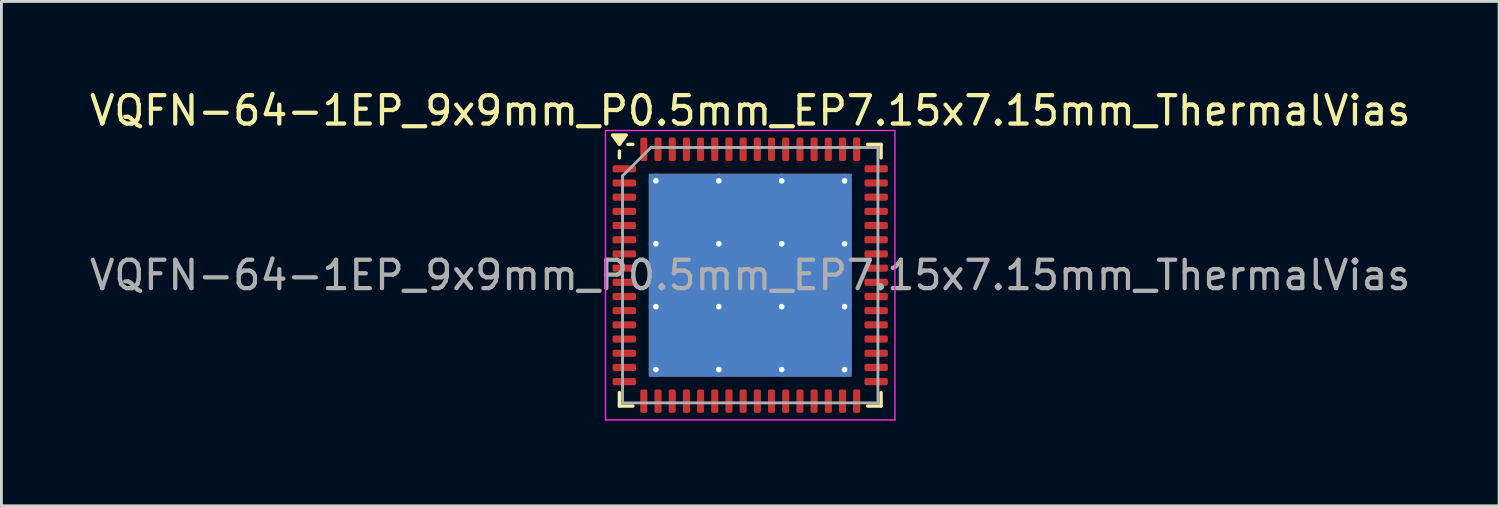
<source format=kicad_pcb>
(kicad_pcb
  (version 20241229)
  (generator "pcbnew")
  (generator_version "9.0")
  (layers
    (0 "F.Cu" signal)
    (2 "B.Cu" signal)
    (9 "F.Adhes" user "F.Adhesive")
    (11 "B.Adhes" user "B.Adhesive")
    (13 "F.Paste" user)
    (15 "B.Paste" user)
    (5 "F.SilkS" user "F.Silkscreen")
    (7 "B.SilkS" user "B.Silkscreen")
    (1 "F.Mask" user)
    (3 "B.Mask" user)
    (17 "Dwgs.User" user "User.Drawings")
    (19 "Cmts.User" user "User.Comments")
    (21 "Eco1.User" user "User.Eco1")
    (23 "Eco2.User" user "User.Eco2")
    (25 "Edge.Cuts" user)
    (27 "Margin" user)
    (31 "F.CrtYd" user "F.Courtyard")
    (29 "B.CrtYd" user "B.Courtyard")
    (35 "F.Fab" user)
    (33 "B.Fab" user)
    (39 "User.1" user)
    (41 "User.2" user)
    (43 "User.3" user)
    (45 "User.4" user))
  (footprint "VQFN-64-1EP_9x9mm_P0.5mm_EP7.15x7.15mm_ThermalVias"
    (layer "F.Cu")
    (at 23.387 6.648)
    (property "Reference" "VQFN-64-1EP_9x9mm_P0.5mm_EP7.15x7.15mm_ThermalVias" (at 0 -5.8 0) (layer "F.SilkS") (effects (font (size 1 1) (thickness 0.15))))
    (attr smd)
    (fp_line (start -4.61 -4.135) (end -4.61 -4.37) (stroke (width 0.12) (type solid)) (layer "F.SilkS"))
    (fp_line (start -4.61 4.61) (end -4.61 4.135) (stroke (width 0.12) (type solid)) (layer "F.SilkS"))
    (fp_line (start -4.135 -4.61) (end -4.31 -4.61) (stroke (width 0.12) (type solid)) (layer "F.SilkS"))
    (fp_line (start -4.135 4.61) (end -4.61 4.61) (stroke (width 0.12) (type solid)) (layer "F.SilkS"))
    (fp_line (start 4.135 -4.61) (end 4.61 -4.61) (stroke (width 0.12) (type solid)) (layer "F.SilkS"))
    (fp_line (start 4.135 4.61) (end 4.61 4.61) (stroke (width 0.12) (type solid)) (layer "F.SilkS"))
    (fp_line (start 4.61 -4.61) (end 4.61 -4.135) (stroke (width 0.12) (type solid)) (layer "F.SilkS"))
    (fp_line (start 4.61 4.61) (end 4.61 4.135) (stroke (width 0.12) (type solid)) (layer "F.SilkS"))
    (fp_poly (pts (xy -4.61 -4.61) (xy -4.85 -4.94) (xy -4.37 -4.94) (xy -4.61 -4.61)) (stroke (width 0.12) (type solid)) (fill yes) (layer "F.SilkS"))
    (fp_line (start -5.1 -5.1) (end -5.1 5.1) (stroke (width 0.05) (type solid)) (layer "F.CrtYd"))
    (fp_line (start -5.1 5.1) (end 5.1 5.1) (stroke (width 0.05) (type solid)) (layer "F.CrtYd"))
    (fp_line (start 5.1 -5.1) (end -5.1 -5.1) (stroke (width 0.05) (type solid)) (layer "F.CrtYd"))
    (fp_line (start 5.1 5.1) (end 5.1 -5.1) (stroke (width 0.05) (type solid)) (layer "F.CrtYd"))
    (fp_line (start -4.5 -3.5) (end -3.5 -4.5) (stroke (width 0.1) (type solid)) (layer "F.Fab"))
    (fp_line (start -4.5 4.5) (end -4.5 -3.5) (stroke (width 0.1) (type solid)) (layer "F.Fab"))
    (fp_line (start -3.5 -4.5) (end 4.5 -4.5) (stroke (width 0.1) (type solid)) (layer "F.Fab"))
    (fp_line (start 4.5 -4.5) (end 4.5 4.5) (stroke (width 0.1) (type solid)) (layer "F.Fab"))
    (fp_line (start 4.5 4.5) (end -4.5 4.5) (stroke (width 0.1) (type solid)) (layer "F.Fab"))
    (fp_text user "${REFERENCE}" (at 0 0 0) (layer "F.Fab") (effects (font (size 1 1) (thickness 0.15))))
    (pad "" smd roundrect (at -2.38 -2.38) (size 1.92 1.92) (layers "F.Paste") (roundrect_rratio 0.13))
    (pad "" smd roundrect (at -2.38 0) (size 1.92 1.92) (layers "F.Paste") (roundrect_rratio 0.13))
    (pad "" smd roundrect (at -2.38 2.38) (size 1.92 1.92) (layers "F.Paste") (roundrect_rratio 0.13))
    (pad "" smd roundrect (at 0 -2.38) (size 1.92 1.92) (layers "F.Paste") (roundrect_rratio 0.13))
    (pad "" smd roundrect (at 0 0) (size 1.92 1.92) (layers "F.Paste") (roundrect_rratio 0.13))
    (pad "" smd roundrect (at 0 2.38) (size 1.92 1.92) (layers "F.Paste") (roundrect_rratio 0.13))
    (pad "" smd roundrect (at 2.38 -2.38) (size 1.92 1.92) (layers "F.Paste") (roundrect_rratio 0.13))
    (pad "" smd roundrect (at 2.38 0) (size 1.92 1.92) (layers "F.Paste") (roundrect_rratio 0.13))
    (pad "" smd roundrect (at 2.38 2.38) (size 1.92 1.92) (layers "F.Paste") (roundrect_rratio 0.13))
    (pad "1" smd roundrect (at -4.438 -3.75) (size 0.825 0.25) (layers "F.Cu" "F.Mask" "F.Paste") (roundrect_rratio 0.25))
    (pad "2" smd roundrect (at -4.438 -3.25) (size 0.825 0.25) (layers "F.Cu" "F.Mask" "F.Paste") (roundrect_rratio 0.25))
    (pad "3" smd roundrect (at -4.438 -2.75) (size 0.825 0.25) (layers "F.Cu" "F.Mask" "F.Paste") (roundrect_rratio 0.25))
    (pad "4" smd roundrect (at -4.438 -2.25) (size 0.825 0.25) (layers "F.Cu" "F.Mask" "F.Paste") (roundrect_rratio 0.25))
    (pad "5" smd roundrect (at -4.438 -1.75) (size 0.825 0.25) (layers "F.Cu" "F.Mask" "F.Paste") (roundrect_rratio 0.25))
    (pad "6" smd roundrect (at -4.438 -1.25) (size 0.825 0.25) (layers "F.Cu" "F.Mask" "F.Paste") (roundrect_rratio 0.25))
    (pad "7" smd roundrect (at -4.438 -0.75) (size 0.825 0.25) (layers "F.Cu" "F.Mask" "F.Paste") (roundrect_rratio 0.25))
    (pad "8" smd roundrect (at -4.438 -0.25) (size 0.825 0.25) (layers "F.Cu" "F.Mask" "F.Paste") (roundrect_rratio 0.25))
    (pad "9" smd roundrect (at -4.438 0.25) (size 0.825 0.25) (layers "F.Cu" "F.Mask" "F.Paste") (roundrect_rratio 0.25))
    (pad "10" smd roundrect (at -4.438 0.75) (size 0.825 0.25) (layers "F.Cu" "F.Mask" "F.Paste") (roundrect_rratio 0.25))
    (pad "11" smd roundrect (at -4.438 1.25) (size 0.825 0.25) (layers "F.Cu" "F.Mask" "F.Paste") (roundrect_rratio 0.25))
    (pad "12" smd roundrect (at -4.438 1.75) (size 0.825 0.25) (layers "F.Cu" "F.Mask" "F.Paste") (roundrect_rratio 0.25))
    (pad "13" smd roundrect (at -4.438 2.25) (size 0.825 0.25) (layers "F.Cu" "F.Mask" "F.Paste") (roundrect_rratio 0.25))
    (pad "14" smd roundrect (at -4.438 2.75) (size 0.825 0.25) (layers "F.Cu" "F.Mask" "F.Paste") (roundrect_rratio 0.25))
    (pad "15" smd roundrect (at -4.438 3.25) (size 0.825 0.25) (layers "F.Cu" "F.Mask" "F.Paste") (roundrect_rratio 0.25))
    (pad "16" smd roundrect (at -4.438 3.75) (size 0.825 0.25) (layers "F.Cu" "F.Mask" "F.Paste") (roundrect_rratio 0.25))
    (pad "17" smd roundrect (at -3.75 4.438) (size 0.25 0.825) (layers "F.Cu" "F.Mask" "F.Paste") (roundrect_rratio 0.25))
    (pad "18" smd roundrect (at -3.25 4.438) (size 0.25 0.825) (layers "F.Cu" "F.Mask" "F.Paste") (roundrect_rratio 0.25))
    (pad "19" smd roundrect (at -2.75 4.438) (size 0.25 0.825) (layers "F.Cu" "F.Mask" "F.Paste") (roundrect_rratio 0.25))
    (pad "20" smd roundrect (at -2.25 4.438) (size 0.25 0.825) (layers "F.Cu" "F.Mask" "F.Paste") (roundrect_rratio 0.25))
    (pad "21" smd roundrect (at -1.75 4.438) (size 0.25 0.825) (layers "F.Cu" "F.Mask" "F.Paste") (roundrect_rratio 0.25))
    (pad "22" smd roundrect (at -1.25 4.438) (size 0.25 0.825) (layers "F.Cu" "F.Mask" "F.Paste") (roundrect_rratio 0.25))
    (pad "23" smd roundrect (at -0.75 4.438) (size 0.25 0.825) (layers "F.Cu" "F.Mask" "F.Paste") (roundrect_rratio 0.25))
    (pad "24" smd roundrect (at -0.25 4.438) (size 0.25 0.825) (layers "F.Cu" "F.Mask" "F.Paste") (roundrect_rratio 0.25))
    (pad "25" smd roundrect (at 0.25 4.438) (size 0.25 0.825) (layers "F.Cu" "F.Mask" "F.Paste") (roundrect_rratio 0.25))
    (pad "26" smd roundrect (at 0.75 4.438) (size 0.25 0.825) (layers "F.Cu" "F.Mask" "F.Paste") (roundrect_rratio 0.25))
    (pad "27" smd roundrect (at 1.25 4.438) (size 0.25 0.825) (layers "F.Cu" "F.Mask" "F.Paste") (roundrect_rratio 0.25))
    (pad "28" smd roundrect (at 1.75 4.438) (size 0.25 0.825) (layers "F.Cu" "F.Mask" "F.Paste") (roundrect_rratio 0.25))
    (pad "29" smd roundrect (at 2.25 4.438) (size 0.25 0.825) (layers "F.Cu" "F.Mask" "F.Paste") (roundrect_rratio 0.25))
    (pad "30" smd roundrect (at 2.75 4.438) (size 0.25 0.825) (layers "F.Cu" "F.Mask" "F.Paste") (roundrect_rratio 0.25))
    (pad "31" smd roundrect (at 3.25 4.438) (size 0.25 0.825) (layers "F.Cu" "F.Mask" "F.Paste") (roundrect_rratio 0.25))
    (pad "32" smd roundrect (at 3.75 4.438) (size 0.25 0.825) (layers "F.Cu" "F.Mask" "F.Paste") (roundrect_rratio 0.25))
    (pad "33" smd roundrect (at 4.438 3.75) (size 0.825 0.25) (layers "F.Cu" "F.Mask" "F.Paste") (roundrect_rratio 0.25))
    (pad "34" smd roundrect (at 4.438 3.25) (size 0.825 0.25) (layers "F.Cu" "F.Mask" "F.Paste") (roundrect_rratio 0.25))
    (pad "35" smd roundrect (at 4.438 2.75) (size 0.825 0.25) (layers "F.Cu" "F.Mask" "F.Paste") (roundrect_rratio 0.25))
    (pad "36" smd roundrect (at 4.438 2.25) (size 0.825 0.25) (layers "F.Cu" "F.Mask" "F.Paste") (roundrect_rratio 0.25))
    (pad "37" smd roundrect (at 4.438 1.75) (size 0.825 0.25) (layers "F.Cu" "F.Mask" "F.Paste") (roundrect_rratio 0.25))
    (pad "38" smd roundrect (at 4.438 1.25) (size 0.825 0.25) (layers "F.Cu" "F.Mask" "F.Paste") (roundrect_rratio 0.25))
    (pad "39" smd roundrect (at 4.438 0.75) (size 0.825 0.25) (layers "F.Cu" "F.Mask" "F.Paste") (roundrect_rratio 0.25))
    (pad "40" smd roundrect (at 4.438 0.25) (size 0.825 0.25) (layers "F.Cu" "F.Mask" "F.Paste") (roundrect_rratio 0.25))
    (pad "41" smd roundrect (at 4.438 -0.25) (size 0.825 0.25) (layers "F.Cu" "F.Mask" "F.Paste") (roundrect_rratio 0.25))
    (pad "42" smd roundrect (at 4.438 -0.75) (size 0.825 0.25) (layers "F.Cu" "F.Mask" "F.Paste") (roundrect_rratio 0.25))
    (pad "43" smd roundrect (at 4.438 -1.25) (size 0.825 0.25) (layers "F.Cu" "F.Mask" "F.Paste") (roundrect_rratio 0.25))
    (pad "44" smd roundrect (at 4.438 -1.75) (size 0.825 0.25) (layers "F.Cu" "F.Mask" "F.Paste") (roundrect_rratio 0.25))
    (pad "45" smd roundrect (at 4.438 -2.25) (size 0.825 0.25) (layers "F.Cu" "F.Mask" "F.Paste") (roundrect_rratio 0.25))
    (pad "46" smd roundrect (at 4.438 -2.75) (size 0.825 0.25) (layers "F.Cu" "F.Mask" "F.Paste") (roundrect_rratio 0.25))
    (pad "47" smd roundrect (at 4.438 -3.25) (size 0.825 0.25) (layers "F.Cu" "F.Mask" "F.Paste") (roundrect_rratio 0.25))
    (pad "48" smd roundrect (at 4.438 -3.75) (size 0.825 0.25) (layers "F.Cu" "F.Mask" "F.Paste") (roundrect_rratio 0.25))
    (pad "49" smd roundrect (at 3.75 -4.438) (size 0.25 0.825) (layers "F.Cu" "F.Mask" "F.Paste") (roundrect_rratio 0.25))
    (pad "50" smd roundrect (at 3.25 -4.438) (size 0.25 0.825) (layers "F.Cu" "F.Mask" "F.Paste") (roundrect_rratio 0.25))
    (pad "51" smd roundrect (at 2.75 -4.438) (size 0.25 0.825) (layers "F.Cu" "F.Mask" "F.Paste") (roundrect_rratio 0.25))
    (pad "52" smd roundrect (at 2.25 -4.438) (size 0.25 0.825) (layers "F.Cu" "F.Mask" "F.Paste") (roundrect_rratio 0.25))
    (pad "53" smd roundrect (at 1.75 -4.438) (size 0.25 0.825) (layers "F.Cu" "F.Mask" "F.Paste") (roundrect_rratio 0.25))
    (pad "54" smd roundrect (at 1.25 -4.438) (size 0.25 0.825) (layers "F.Cu" "F.Mask" "F.Paste") (roundrect_rratio 0.25))
    (pad "55" smd roundrect (at 0.75 -4.438) (size 0.25 0.825) (layers "F.Cu" "F.Mask" "F.Paste") (roundrect_rratio 0.25))
    (pad "56" smd roundrect (at 0.25 -4.438) (size 0.25 0.825) (layers "F.Cu" "F.Mask" "F.Paste") (roundrect_rratio 0.25))
    (pad "57" smd roundrect (at -0.25 -4.438) (size 0.25 0.825) (layers "F.Cu" "F.Mask" "F.Paste") (roundrect_rratio 0.25))
    (pad "58" smd roundrect (at -0.75 -4.438) (size 0.25 0.825) (layers "F.Cu" "F.Mask" "F.Paste") (roundrect_rratio 0.25))
    (pad "59" smd roundrect (at -1.25 -4.438) (size 0.25 0.825) (layers "F.Cu" "F.Mask" "F.Paste") (roundrect_rratio 0.25))
    (pad "60" smd roundrect (at -1.75 -4.438) (size 0.25 0.825) (layers "F.Cu" "F.Mask" "F.Paste") (roundrect_rratio 0.25))
    (pad "61" smd roundrect (at -2.25 -4.438) (size 0.25 0.825) (layers "F.Cu" "F.Mask" "F.Paste") (roundrect_rratio 0.25))
    (pad "62" smd roundrect (at -2.75 -4.438) (size 0.25 0.825) (layers "F.Cu" "F.Mask" "F.Paste") (roundrect_rratio 0.25))
    (pad "63" smd roundrect (at -3.25 -4.438) (size 0.25 0.825) (layers "F.Cu" "F.Mask" "F.Paste") (roundrect_rratio 0.25))
    (pad "64" smd roundrect (at -3.75 -4.438) (size 0.25 0.825) (layers "F.Cu" "F.Mask" "F.Paste") (roundrect_rratio 0.25))
    (pad "65" thru_hole circle (at -3.325 -3.325) (size 0.5 0.5) (drill 0.2) (property pad_prop_heatsink) (layers "*.Cu"))
    (pad "65" thru_hole circle (at -3.325 -1.108) (size 0.5 0.5) (drill 0.2) (property pad_prop_heatsink) (layers "*.Cu"))
    (pad "65" thru_hole circle (at -3.325 1.108) (size 0.5 0.5) (drill 0.2) (property pad_prop_heatsink) (layers "*.Cu"))
    (pad "65" thru_hole circle (at -3.325 3.325) (size 0.5 0.5) (drill 0.2) (property pad_prop_heatsink) (layers "*.Cu"))
    (pad "65" thru_hole circle (at -1.108 -3.325) (size 0.5 0.5) (drill 0.2) (property pad_prop_heatsink) (layers "*.Cu"))
    (pad "65" thru_hole circle (at -1.108 -1.108) (size 0.5 0.5) (drill 0.2) (property pad_prop_heatsink) (layers "*.Cu"))
    (pad "65" thru_hole circle (at -1.108 1.108) (size 0.5 0.5) (drill 0.2) (property pad_prop_heatsink) (layers "*.Cu"))
    (pad "65" thru_hole circle (at -1.108 3.325) (size 0.5 0.5) (drill 0.2) (property pad_prop_heatsink) (layers "*.Cu"))
    (pad "65" smd rect (at 0 0) (size 7.15 7.15) (property pad_prop_heatsink) (layers "F.Cu" "F.Mask"))
    (pad "65" smd rect (at 0 0) (size 7.15 7.15) (property pad_prop_heatsink) (layers "B.Cu"))
    (pad "65" thru_hole circle (at 1.108 -3.325) (size 0.5 0.5) (drill 0.2) (property pad_prop_heatsink) (layers "*.Cu"))
    (pad "65" thru_hole circle (at 1.108 -1.108) (size 0.5 0.5) (drill 0.2) (property pad_prop_heatsink) (layers "*.Cu"))
    (pad "65" thru_hole circle (at 1.108 1.108) (size 0.5 0.5) (drill 0.2) (property pad_prop_heatsink) (layers "*.Cu"))
    (pad "65" thru_hole circle (at 1.108 3.325) (size 0.5 0.5) (drill 0.2) (property pad_prop_heatsink) (layers "*.Cu"))
    (pad "65" thru_hole circle (at 3.325 -3.325) (size 0.5 0.5) (drill 0.2) (property pad_prop_heatsink) (layers "*.Cu"))
    (pad "65" thru_hole circle (at 3.325 -1.108) (size 0.5 0.5) (drill 0.2) (property pad_prop_heatsink) (layers "*.Cu"))
    (pad "65" thru_hole circle (at 3.325 1.108) (size 0.5 0.5) (drill 0.2) (property pad_prop_heatsink) (layers "*.Cu"))
    (pad "65" thru_hole circle (at 3.325 3.325) (size 0.5 0.5) (drill 0.2) (property pad_prop_heatsink) (layers "*.Cu")))
  (gr_rect
    (start -3 -3)
    (end 49.774 14.773)
    (stroke (width 0.1) (type default))
    (fill no)
    (layer "Edge.Cuts")))
</source>
